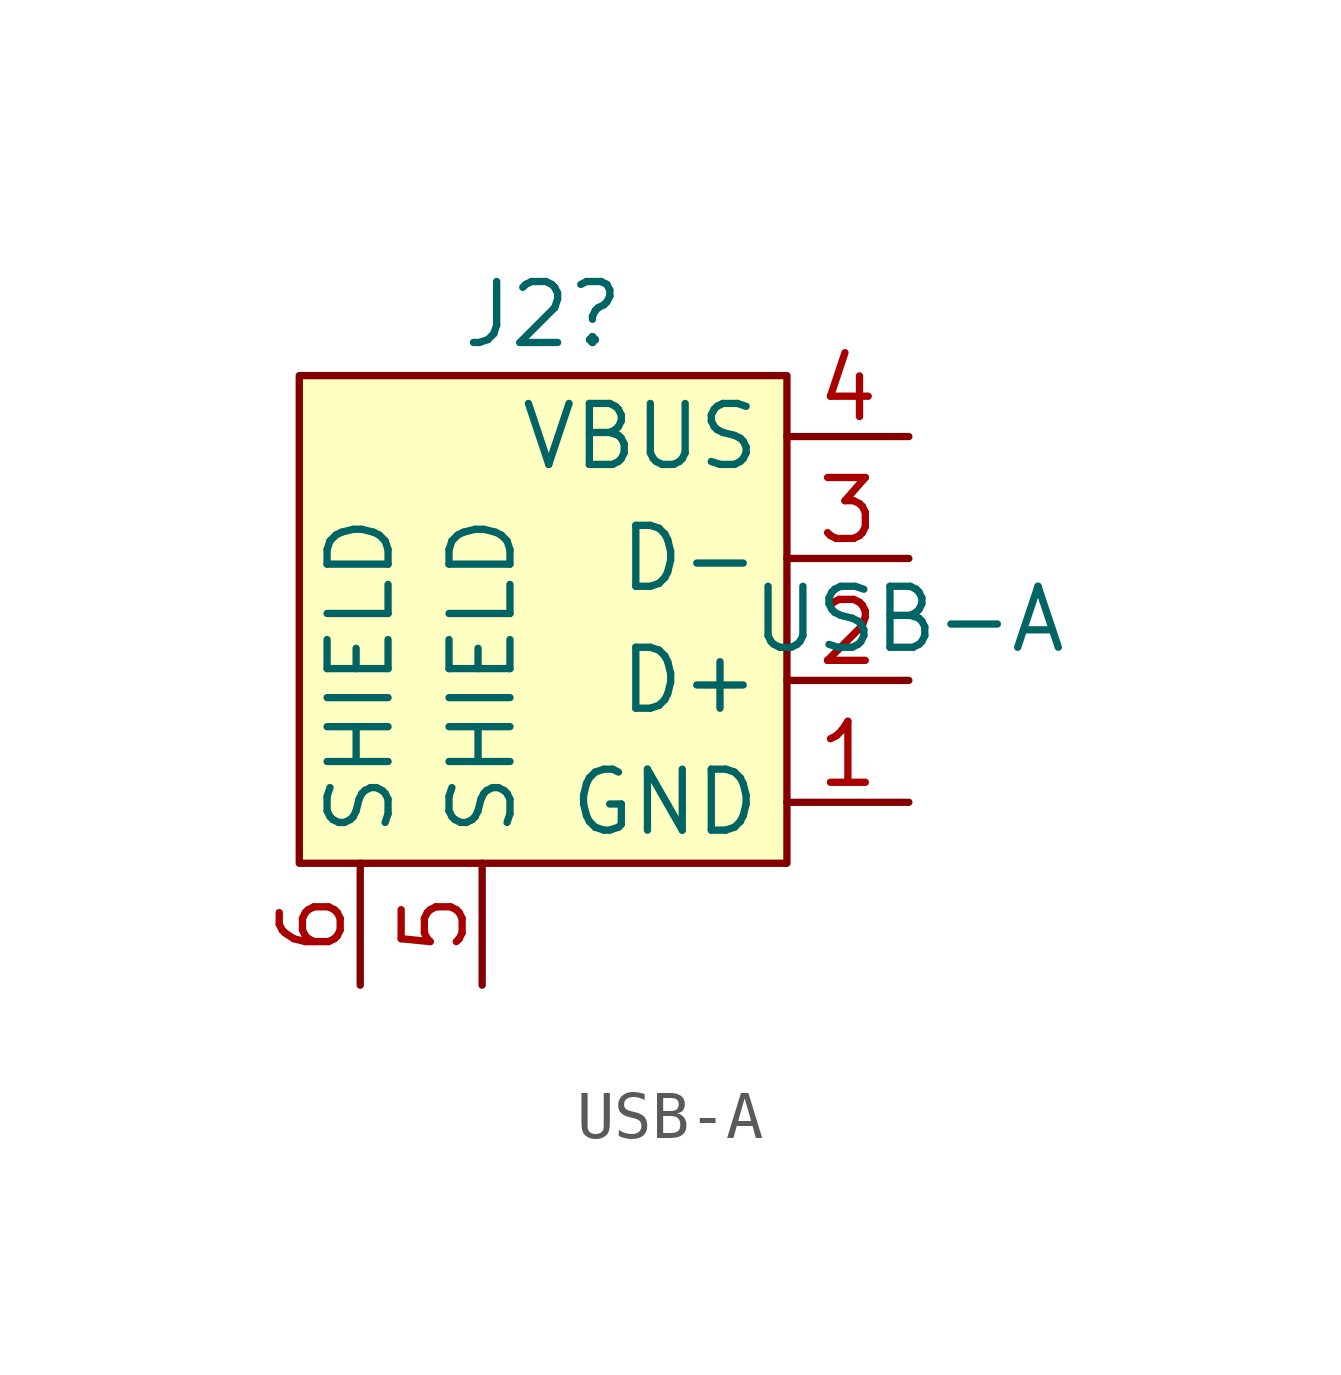
<source format=kicad_sym>
(kicad_symbol_lib
  (version 20220914)
  (generator kicad_symbol_editor)
  (symbol "USB-A"
    (property "Reference" "J2"
      (at 0 6.35 0)
      (effects (font (size 1.27 1.27))))
    (property "Value" "USB-A"
      (at 7.62 0 0)
      (effects (font (size 1.27 1.27))))
    (symbol "USB-A_1_1"
      (rectangle (start -5.08 5.08) (end 5.08 -5.08) (stroke (width 0) (type default)) (fill (type background)))
      (pin power_in line (at 7.62 -3.81 180) (length 2.54) (name "GND" (effects (font (size 1.27 1.27)))) (number "1" (effects (font (size 1.27 1.27)))))
      (pin bidirectional line (at 7.62 -1.27 180) (length 2.54) (name "D+" (effects (font (size 1.27 1.27)))) (number "2" (effects (font (size 1.27 1.27)))))
      (pin bidirectional line (at 7.62 1.27 180) (length 2.54) (name "D-" (effects (font (size 1.27 1.27)))) (number "3" (effects (font (size 1.27 1.27)))))
      (pin power_in line (at 7.62 3.81 180) (length 2.54) (name "VBUS" (effects (font (size 1.27 1.27)))) (number "4" (effects (font (size 1.27 1.27)))))
      (pin power_in line (at -1.27 -7.62 90) (length 2.54) (name "SHIELD" (effects (font (size 1.27 1.27)))) (number "5" (effects (font (size 1.27 1.27)))))
      (pin power_in line (at -3.81 -7.62 90) (length 2.54) (name "SHIELD" (effects (font (size 1.27 1.27)))) (number "6" (effects (font (size 1.27 1.27))))))))
</source>
